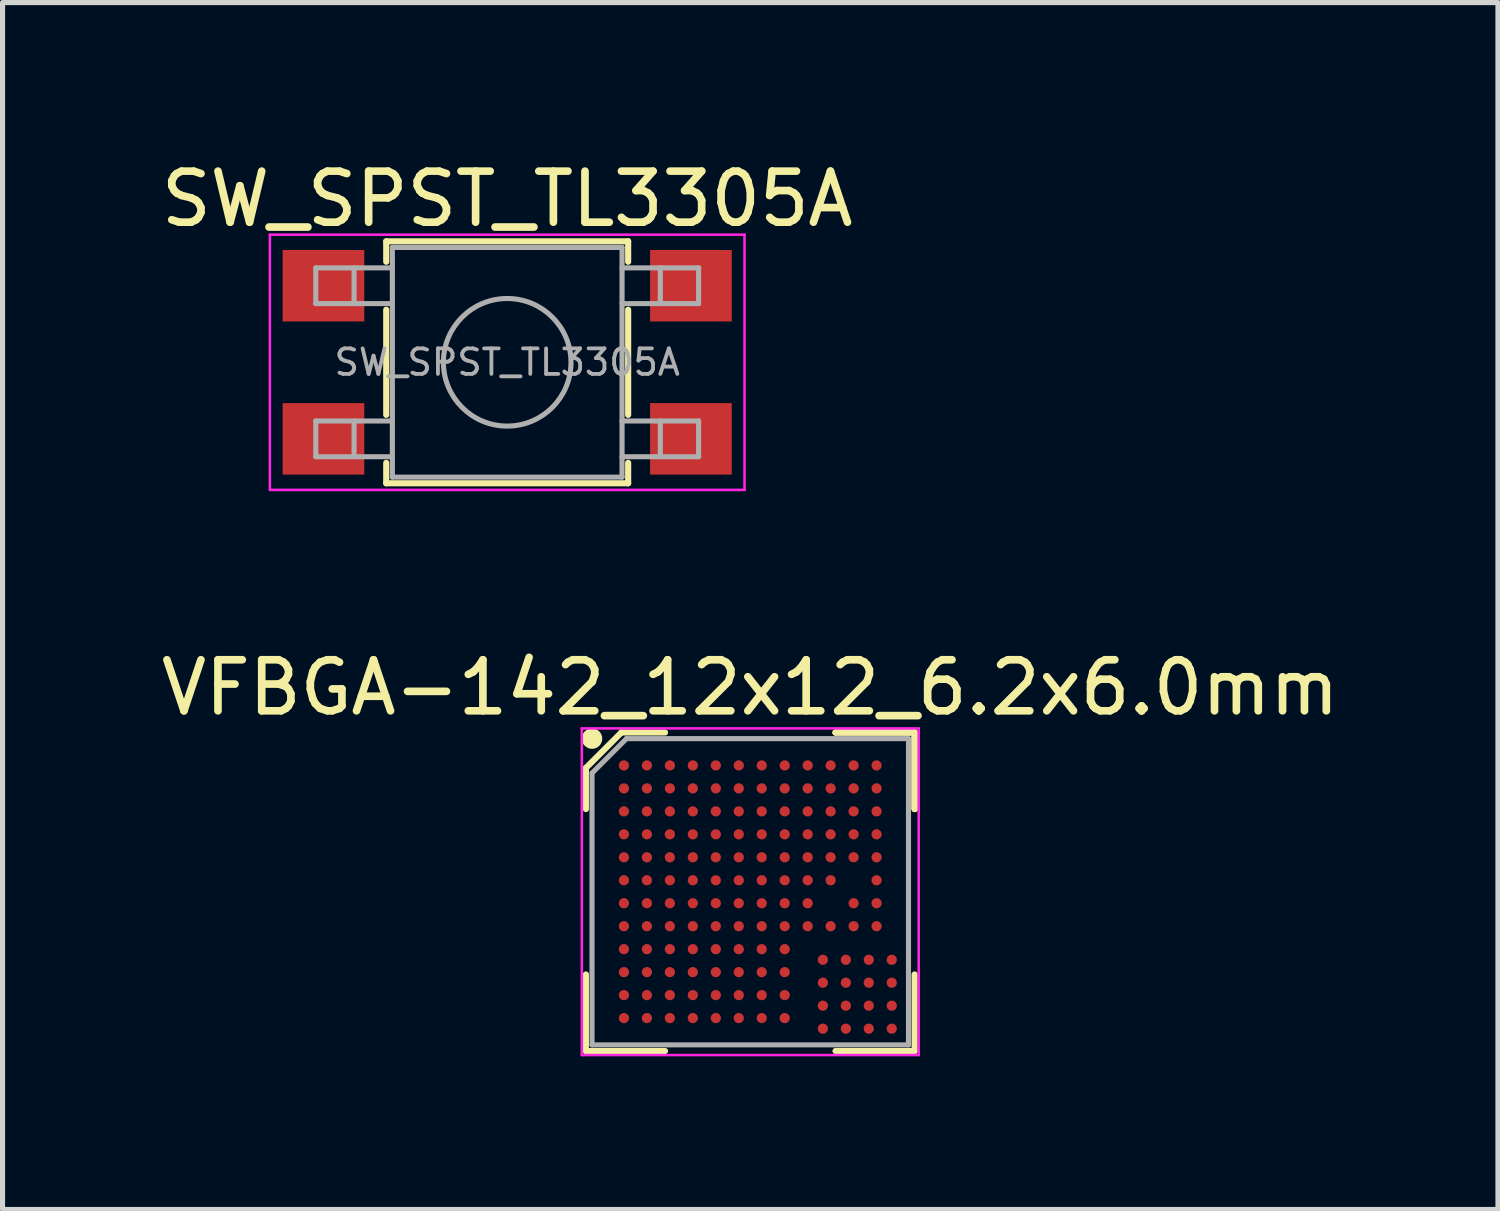
<source format=kicad_pcb>
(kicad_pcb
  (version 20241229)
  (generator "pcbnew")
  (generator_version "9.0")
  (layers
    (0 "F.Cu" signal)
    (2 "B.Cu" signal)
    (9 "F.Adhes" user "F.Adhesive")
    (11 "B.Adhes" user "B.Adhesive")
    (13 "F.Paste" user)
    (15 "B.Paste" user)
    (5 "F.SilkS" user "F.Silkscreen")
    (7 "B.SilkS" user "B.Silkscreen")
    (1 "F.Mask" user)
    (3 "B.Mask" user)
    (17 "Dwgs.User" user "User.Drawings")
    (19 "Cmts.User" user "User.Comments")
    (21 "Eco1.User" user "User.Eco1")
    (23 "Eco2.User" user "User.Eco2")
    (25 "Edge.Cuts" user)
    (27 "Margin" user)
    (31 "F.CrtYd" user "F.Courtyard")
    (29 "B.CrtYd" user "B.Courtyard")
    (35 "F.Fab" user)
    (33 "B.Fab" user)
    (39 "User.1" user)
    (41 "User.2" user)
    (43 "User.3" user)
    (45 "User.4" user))
  (footprint "SW_SPST_TL3305A"
    (layer "F.Cu")
    (at 6.887 4.048)
    (property "Reference" "SW_SPST_TL3305A" (at 0 -3.2 0) (layer "F.SilkS") (effects (font (size 1 1) (thickness 0.15))))
    (attr smd)
    (fp_line (start -2.37 -2.37) (end -2.37 -1.97) (stroke (width 0.12) (type solid)) (layer "F.SilkS"))
    (fp_line (start -2.37 -2.37) (end 2.37 -2.37) (stroke (width 0.12) (type solid)) (layer "F.SilkS"))
    (fp_line (start -2.37 1.03) (end -2.37 -1.03) (stroke (width 0.12) (type solid)) (layer "F.SilkS"))
    (fp_line (start -2.37 2.37) (end -2.37 1.97) (stroke (width 0.12) (type solid)) (layer "F.SilkS"))
    (fp_line (start -2.37 2.37) (end 2.37 2.37) (stroke (width 0.12) (type solid)) (layer "F.SilkS"))
    (fp_line (start 2.37 -2.37) (end 2.37 -1.97) (stroke (width 0.12) (type solid)) (layer "F.SilkS"))
    (fp_line (start 2.37 1.03) (end 2.37 -1.03) (stroke (width 0.12) (type solid)) (layer "F.SilkS"))
    (fp_line (start 2.37 2.37) (end 2.37 1.97) (stroke (width 0.12) (type solid)) (layer "F.SilkS"))
    (fp_line (start -4.65 -2.5) (end 4.65 -2.5) (stroke (width 0.05) (type solid)) (layer "F.CrtYd"))
    (fp_line (start -4.65 2.5) (end -4.65 -2.5) (stroke (width 0.05) (type solid)) (layer "F.CrtYd"))
    (fp_line (start 4.65 -2.5) (end 4.65 2.5) (stroke (width 0.05) (type solid)) (layer "F.CrtYd"))
    (fp_line (start 4.65 2.5) (end -4.65 2.5) (stroke (width 0.05) (type solid)) (layer "F.CrtYd"))
    (fp_line (start -3.75 -1.85) (end -3.75 -1.15) (stroke (width 0.1) (type solid)) (layer "F.Fab"))
    (fp_line (start -3.75 -1.15) (end -2.25 -1.15) (stroke (width 0.1) (type solid)) (layer "F.Fab"))
    (fp_line (start -3.75 1.15) (end -3.75 1.85) (stroke (width 0.1) (type solid)) (layer "F.Fab"))
    (fp_line (start -3.75 1.85) (end -2.25 1.85) (stroke (width 0.1) (type solid)) (layer "F.Fab"))
    (fp_line (start -3 -1.85) (end -3 -1.15) (stroke (width 0.1) (type solid)) (layer "F.Fab"))
    (fp_line (start -3 1.15) (end -3 1.85) (stroke (width 0.1) (type solid)) (layer "F.Fab"))
    (fp_line (start -2.25 -2.25) (end 2.25 -2.25) (stroke (width 0.1) (type solid)) (layer "F.Fab"))
    (fp_line (start -2.25 -1.85) (end -3.75 -1.85) (stroke (width 0.1) (type solid)) (layer "F.Fab"))
    (fp_line (start -2.25 1.15) (end -3.75 1.15) (stroke (width 0.1) (type solid)) (layer "F.Fab"))
    (fp_line (start -2.25 2.25) (end -2.25 -2.25) (stroke (width 0.1) (type solid)) (layer "F.Fab"))
    (fp_line (start 2.25 -2.25) (end 2.25 2.25) (stroke (width 0.1) (type solid)) (layer "F.Fab"))
    (fp_line (start 2.25 -1.15) (end 3.75 -1.15) (stroke (width 0.1) (type solid)) (layer "F.Fab"))
    (fp_line (start 2.25 1.15) (end 3.75 1.15) (stroke (width 0.1) (type solid)) (layer "F.Fab"))
    (fp_line (start 2.25 2.25) (end -2.25 2.25) (stroke (width 0.1) (type solid)) (layer "F.Fab"))
    (fp_line (start 3 -1.85) (end 3 -1.15) (stroke (width 0.1) (type solid)) (layer "F.Fab"))
    (fp_line (start 3 1.15) (end 3 1.85) (stroke (width 0.1) (type solid)) (layer "F.Fab"))
    (fp_line (start 3.75 -1.85) (end 2.25 -1.85) (stroke (width 0.1) (type solid)) (layer "F.Fab"))
    (fp_line (start 3.75 -1.15) (end 3.75 -1.85) (stroke (width 0.1) (type solid)) (layer "F.Fab"))
    (fp_line (start 3.75 1.15) (end 3.75 1.85) (stroke (width 0.1) (type solid)) (layer "F.Fab"))
    (fp_line (start 3.75 1.85) (end 2.25 1.85) (stroke (width 0.1) (type solid)) (layer "F.Fab"))
    (fp_circle (center 0 0) (end 1.25 0) (stroke (width 0.1) (type solid)) (fill no) (layer "F.Fab"))
    (fp_text user "${REFERENCE}" (at 0 0 0) (layer "F.Fab") (effects (font (size 0.5 0.5) (thickness 0.075))))
    (pad "1" smd rect (at -3.6 -1.5) (size 1.6 1.4) (layers "F.Cu" "F.Mask" "F.Paste"))
    (pad "1" smd rect (at 3.6 -1.5) (size 1.6 1.4) (layers "F.Cu" "F.Mask" "F.Paste"))
    (pad "2" smd rect (at -3.6 1.5) (size 1.6 1.4) (layers "F.Cu" "F.Mask" "F.Paste"))
    (pad "2" smd rect (at 3.6 1.5) (size 1.6 1.4) (layers "F.Cu" "F.Mask" "F.Paste")))
  (footprint "VFBGA-142_12x12_6.2x6.0mm"
    (layer "F.Cu")
    (at 11.649 14.421)
    (property "Reference" "VFBGA-142_12x12_6.2x6.0mm" (at 0 -4 0) (layer "F.SilkS") (effects (font (size 1 1) (thickness 0.15))))
    (attr smd)
    (fp_line (start -3.22 -2.425) (end -3.22 -1.62) (stroke (width 0.12) (type solid)) (layer "F.SilkS"))
    (fp_line (start -3.22 3.12) (end -3.22 1.62) (stroke (width 0.12) (type solid)) (layer "F.SilkS"))
    (fp_line (start -2.525 -3.12) (end -3.22 -2.425) (stroke (width 0.12) (type solid)) (layer "F.SilkS"))
    (fp_line (start -1.67 -3.12) (end -2.525 -3.12) (stroke (width 0.12) (type solid)) (layer "F.SilkS"))
    (fp_line (start -1.67 3.12) (end -3.22 3.12) (stroke (width 0.12) (type solid)) (layer "F.SilkS"))
    (fp_line (start 1.67 -3.12) (end 3.22 -3.12) (stroke (width 0.12) (type solid)) (layer "F.SilkS"))
    (fp_line (start 1.67 -3.12) (end 3.22 -3.12) (stroke (width 0.12) (type solid)) (layer "F.SilkS"))
    (fp_line (start 1.67 -3.12) (end 3.22 -3.12) (stroke (width 0.12) (type solid)) (layer "F.SilkS"))
    (fp_line (start 1.67 3.12) (end 3.22 3.12) (stroke (width 0.12) (type solid)) (layer "F.SilkS"))
    (fp_line (start 3.22 -3.12) (end 3.22 -1.62) (stroke (width 0.12) (type solid)) (layer "F.SilkS"))
    (fp_line (start 3.22 -3.12) (end 3.22 -1.62) (stroke (width 0.12) (type solid)) (layer "F.SilkS"))
    (fp_line (start 3.22 -3.12) (end 3.22 -1.62) (stroke (width 0.12) (type solid)) (layer "F.SilkS"))
    (fp_line (start 3.22 3.12) (end 3.22 1.62) (stroke (width 0.12) (type solid)) (layer "F.SilkS"))
    (fp_circle (center -3.1 -3) (end -3.1 -2.9) (stroke (width 0.2) (type solid)) (fill no) (layer "F.SilkS"))
    (fp_line (start -3.3 -3.2) (end 3.3 -3.2) (stroke (width 0.05) (type solid)) (layer "F.CrtYd"))
    (fp_line (start -3.3 3.2) (end -3.3 -3.2) (stroke (width 0.05) (type solid)) (layer "F.CrtYd"))
    (fp_line (start 3.3 -3.2) (end 3.3 3.2) (stroke (width 0.05) (type solid)) (layer "F.CrtYd"))
    (fp_line (start 3.3 3.2) (end -3.3 3.2) (stroke (width 0.05) (type solid)) (layer "F.CrtYd"))
    (fp_line (start -3.1 -2.325) (end -3.1 3) (stroke (width 0.1) (type solid)) (layer "F.Fab"))
    (fp_line (start -3.1 3) (end 3.1 3) (stroke (width 0.1) (type solid)) (layer "F.Fab"))
    (fp_line (start -2.425 -3) (end -3.1 -2.325) (stroke (width 0.1) (type solid)) (layer "F.Fab"))
    (fp_line (start 3.1 -3) (end -2.425 -3) (stroke (width 0.1) (type solid)) (layer "F.Fab"))
    (fp_line (start 3.1 3) (end 3.1 -3) (stroke (width 0.1) (type solid)) (layer "F.Fab"))
    (pad "A1" smd circle (at -2.475 2.475) (size 0.2 0.2) (layers "F.Cu" "F.Mask" "F.Paste"))
    (pad "A2" smd circle (at -2.025 2.475) (size 0.2 0.2) (layers "F.Cu" "F.Mask" "F.Paste"))
    (pad "A3" smd circle (at -1.575 2.475) (size 0.2 0.2) (layers "F.Cu" "F.Mask" "F.Paste"))
    (pad "A4" smd circle (at -1.125 2.475) (size 0.2 0.2) (layers "F.Cu" "F.Mask" "F.Paste"))
    (pad "A5" smd circle (at -0.675 2.475) (size 0.2 0.2) (layers "F.Cu" "F.Mask" "F.Paste"))
    (pad "A6" smd circle (at -0.225 2.475) (size 0.2 0.2) (layers "F.Cu" "F.Mask" "F.Paste"))
    (pad "A7" smd circle (at 0.225 2.475) (size 0.2 0.2) (layers "F.Cu" "F.Mask" "F.Paste"))
    (pad "A8" smd circle (at 0.675 2.475) (size 0.2 0.2) (layers "F.Cu" "F.Mask" "F.Paste"))
    (pad "A9" smd circle (at 1.423 2.683) (size 0.2 0.2) (layers "F.Cu" "F.Mask" "F.Paste"))
    (pad "A10" smd circle (at 1.873 2.683) (size 0.2 0.2) (layers "F.Cu" "F.Mask" "F.Paste"))
    (pad "A11" smd circle (at 2.322 2.683) (size 0.2 0.2) (layers "F.Cu" "F.Mask" "F.Paste"))
    (pad "A12" smd circle (at 2.772 2.683) (size 0.2 0.2) (layers "F.Cu" "F.Mask" "F.Paste"))
    (pad "B1" smd circle (at -2.475 2.025) (size 0.2 0.2) (layers "F.Cu" "F.Mask" "F.Paste"))
    (pad "B2" smd circle (at -2.025 2.025) (size 0.2 0.2) (layers "F.Cu" "F.Mask" "F.Paste"))
    (pad "B3" smd circle (at -1.575 2.025) (size 0.2 0.2) (layers "F.Cu" "F.Mask" "F.Paste"))
    (pad "B4" smd circle (at -1.125 2.025) (size 0.2 0.2) (layers "F.Cu" "F.Mask" "F.Paste"))
    (pad "B5" smd circle (at -0.675 2.025) (size 0.2 0.2) (layers "F.Cu" "F.Mask" "F.Paste"))
    (pad "B6" smd circle (at -0.225 2.025) (size 0.2 0.2) (layers "F.Cu" "F.Mask" "F.Paste"))
    (pad "B7" smd circle (at 0.225 2.025) (size 0.2 0.2) (layers "F.Cu" "F.Mask" "F.Paste"))
    (pad "B8" smd circle (at 0.675 2.025) (size 0.2 0.2) (layers "F.Cu" "F.Mask" "F.Paste"))
    (pad "B9" smd circle (at 1.423 2.232) (size 0.2 0.2) (layers "F.Cu" "F.Mask" "F.Paste"))
    (pad "B10" smd circle (at 1.873 2.232) (size 0.2 0.2) (layers "F.Cu" "F.Mask" "F.Paste"))
    (pad "B11" smd circle (at 2.322 2.232) (size 0.2 0.2) (layers "F.Cu" "F.Mask" "F.Paste"))
    (pad "B12" smd circle (at 2.772 2.232) (size 0.2 0.2) (layers "F.Cu" "F.Mask" "F.Paste"))
    (pad "C1" smd circle (at -2.475 1.575) (size 0.2 0.2) (layers "F.Cu" "F.Mask" "F.Paste"))
    (pad "C2" smd circle (at -2.025 1.575) (size 0.2 0.2) (layers "F.Cu" "F.Mask" "F.Paste"))
    (pad "C3" smd circle (at -1.575 1.575) (size 0.2 0.2) (layers "F.Cu" "F.Mask" "F.Paste"))
    (pad "C4" smd circle (at -1.125 1.575) (size 0.2 0.2) (layers "F.Cu" "F.Mask" "F.Paste"))
    (pad "C5" smd circle (at -0.675 1.575) (size 0.2 0.2) (layers "F.Cu" "F.Mask" "F.Paste"))
    (pad "C6" smd circle (at -0.225 1.575) (size 0.2 0.2) (layers "F.Cu" "F.Mask" "F.Paste"))
    (pad "C7" smd circle (at 0.225 1.575) (size 0.2 0.2) (layers "F.Cu" "F.Mask" "F.Paste"))
    (pad "C8" smd circle (at 0.675 1.575) (size 0.2 0.2) (layers "F.Cu" "F.Mask" "F.Paste"))
    (pad "C9" smd circle (at 1.423 1.782) (size 0.2 0.2) (layers "F.Cu" "F.Mask" "F.Paste"))
    (pad "C10" smd circle (at 1.873 1.782) (size 0.2 0.2) (layers "F.Cu" "F.Mask" "F.Paste"))
    (pad "C11" smd circle (at 2.322 1.782) (size 0.2 0.2) (layers "F.Cu" "F.Mask" "F.Paste"))
    (pad "C12" smd circle (at 2.772 1.782) (size 0.2 0.2) (layers "F.Cu" "F.Mask" "F.Paste"))
    (pad "D1" smd circle (at -2.475 1.125) (size 0.2 0.2) (layers "F.Cu" "F.Mask" "F.Paste"))
    (pad "D2" smd circle (at -2.025 1.125) (size 0.2 0.2) (layers "F.Cu" "F.Mask" "F.Paste"))
    (pad "D3" smd circle (at -1.575 1.125) (size 0.2 0.2) (layers "F.Cu" "F.Mask" "F.Paste"))
    (pad "D4" smd circle (at -1.125 1.125) (size 0.2 0.2) (layers "F.Cu" "F.Mask" "F.Paste"))
    (pad "D5" smd circle (at -0.675 1.125) (size 0.2 0.2) (layers "F.Cu" "F.Mask" "F.Paste"))
    (pad "D6" smd circle (at -0.225 1.125) (size 0.2 0.2) (layers "F.Cu" "F.Mask" "F.Paste"))
    (pad "D7" smd circle (at 0.225 1.125) (size 0.2 0.2) (layers "F.Cu" "F.Mask" "F.Paste"))
    (pad "D8" smd circle (at 0.675 1.125) (size 0.2 0.2) (layers "F.Cu" "F.Mask" "F.Paste"))
    (pad "D9" smd circle (at 1.423 1.333) (size 0.2 0.2) (layers "F.Cu" "F.Mask" "F.Paste"))
    (pad "D10" smd circle (at 1.873 1.333) (size 0.2 0.2) (layers "F.Cu" "F.Mask" "F.Paste"))
    (pad "D11" smd circle (at 2.322 1.333) (size 0.2 0.2) (layers "F.Cu" "F.Mask" "F.Paste"))
    (pad "D12" smd circle (at 2.772 1.333) (size 0.2 0.2) (layers "F.Cu" "F.Mask" "F.Paste"))
    (pad "E1" smd circle (at -2.475 0.675) (size 0.2 0.2) (layers "F.Cu" "F.Mask" "F.Paste"))
    (pad "E2" smd circle (at -2.025 0.675) (size 0.2 0.2) (layers "F.Cu" "F.Mask" "F.Paste"))
    (pad "E3" smd circle (at -1.575 0.675) (size 0.2 0.2) (layers "F.Cu" "F.Mask" "F.Paste"))
    (pad "E4" smd circle (at -1.125 0.675) (size 0.2 0.2) (layers "F.Cu" "F.Mask" "F.Paste"))
    (pad "E5" smd circle (at -0.675 0.675) (size 0.2 0.2) (layers "F.Cu" "F.Mask" "F.Paste"))
    (pad "E6" smd circle (at -0.225 0.675) (size 0.2 0.2) (layers "F.Cu" "F.Mask" "F.Paste"))
    (pad "E7" smd circle (at 0.225 0.675) (size 0.2 0.2) (layers "F.Cu" "F.Mask" "F.Paste"))
    (pad "E8" smd circle (at 0.675 0.675) (size 0.2 0.2) (layers "F.Cu" "F.Mask" "F.Paste"))
    (pad "E9" smd circle (at 1.125 0.675) (size 0.2 0.2) (layers "F.Cu" "F.Mask" "F.Paste"))
    (pad "E10" smd circle (at 1.575 0.675) (size 0.2 0.2) (layers "F.Cu" "F.Mask" "F.Paste"))
    (pad "E11" smd circle (at 2.025 0.675) (size 0.2 0.2) (layers "F.Cu" "F.Mask" "F.Paste"))
    (pad "E12" smd circle (at 2.475 0.675) (size 0.2 0.2) (layers "F.Cu" "F.Mask" "F.Paste"))
    (pad "F1" smd circle (at -2.475 0.225) (size 0.2 0.2) (layers "F.Cu" "F.Mask" "F.Paste"))
    (pad "F2" smd circle (at -2.025 0.225) (size 0.2 0.2) (layers "F.Cu" "F.Mask" "F.Paste"))
    (pad "F3" smd circle (at -1.575 0.225) (size 0.2 0.2) (layers "F.Cu" "F.Mask" "F.Paste"))
    (pad "F4" smd circle (at -1.125 0.225) (size 0.2 0.2) (layers "F.Cu" "F.Mask" "F.Paste"))
    (pad "F5" smd circle (at -0.675 0.225) (size 0.2 0.2) (layers "F.Cu" "F.Mask" "F.Paste"))
    (pad "F6" smd circle (at -0.225 0.225) (size 0.2 0.2) (layers "F.Cu" "F.Mask" "F.Paste"))
    (pad "F7" smd circle (at 0.225 0.225) (size 0.2 0.2) (layers "F.Cu" "F.Mask" "F.Paste"))
    (pad "F8" smd circle (at 0.675 0.225) (size 0.2 0.2) (layers "F.Cu" "F.Mask" "F.Paste"))
    (pad "F9" smd circle (at 1.125 0.225) (size 0.2 0.2) (layers "F.Cu" "F.Mask" "F.Paste"))
    (pad "F11" smd circle (at 2.025 0.225) (size 0.2 0.2) (layers "F.Cu" "F.Mask" "F.Paste"))
    (pad "F12" smd circle (at 2.475 0.225) (size 0.2 0.2) (layers "F.Cu" "F.Mask" "F.Paste"))
    (pad "G1" smd circle (at -2.475 -0.225) (size 0.2 0.2) (layers "F.Cu" "F.Mask" "F.Paste"))
    (pad "G2" smd circle (at -2.025 -0.225) (size 0.2 0.2) (layers "F.Cu" "F.Mask" "F.Paste"))
    (pad "G3" smd circle (at -1.575 -0.225) (size 0.2 0.2) (layers "F.Cu" "F.Mask" "F.Paste"))
    (pad "G4" smd circle (at -1.125 -0.225) (size 0.2 0.2) (layers "F.Cu" "F.Mask" "F.Paste"))
    (pad "G5" smd circle (at -0.675 -0.225) (size 0.2 0.2) (layers "F.Cu" "F.Mask" "F.Paste"))
    (pad "G6" smd circle (at -0.225 -0.225) (size 0.2 0.2) (layers "F.Cu" "F.Mask" "F.Paste"))
    (pad "G7" smd circle (at 0.225 -0.225) (size 0.2 0.2) (layers "F.Cu" "F.Mask" "F.Paste"))
    (pad "G8" smd circle (at 0.675 -0.225) (size 0.2 0.2) (layers "F.Cu" "F.Mask" "F.Paste"))
    (pad "G9" smd circle (at 1.125 -0.225) (size 0.2 0.2) (layers "F.Cu" "F.Mask" "F.Paste"))
    (pad "G10" smd circle (at 1.575 -0.225) (size 0.2 0.2) (layers "F.Cu" "F.Mask" "F.Paste"))
    (pad "G12" smd circle (at 2.475 -0.225) (size 0.2 0.2) (layers "F.Cu" "F.Mask" "F.Paste"))
    (pad "H1" smd circle (at -2.475 -0.675) (size 0.2 0.2) (layers "F.Cu" "F.Mask" "F.Paste"))
    (pad "H2" smd circle (at -2.025 -0.675) (size 0.2 0.2) (layers "F.Cu" "F.Mask" "F.Paste"))
    (pad "H3" smd circle (at -1.575 -0.675) (size 0.2 0.2) (layers "F.Cu" "F.Mask" "F.Paste"))
    (pad "H4" smd circle (at -1.125 -0.675) (size 0.2 0.2) (layers "F.Cu" "F.Mask" "F.Paste"))
    (pad "H5" smd circle (at -0.675 -0.675) (size 0.2 0.2) (layers "F.Cu" "F.Mask" "F.Paste"))
    (pad "H6" smd circle (at -0.225 -0.675) (size 0.2 0.2) (layers "F.Cu" "F.Mask" "F.Paste"))
    (pad "H7" smd circle (at 0.225 -0.675) (size 0.2 0.2) (layers "F.Cu" "F.Mask" "F.Paste"))
    (pad "H8" smd circle (at 0.675 -0.675) (size 0.2 0.2) (layers "F.Cu" "F.Mask" "F.Paste"))
    (pad "H9" smd circle (at 1.125 -0.675) (size 0.2 0.2) (layers "F.Cu" "F.Mask" "F.Paste"))
    (pad "H10" smd circle (at 1.575 -0.675) (size 0.2 0.2) (layers "F.Cu" "F.Mask" "F.Paste"))
    (pad "H11" smd circle (at 2.025 -0.675) (size 0.2 0.2) (layers "F.Cu" "F.Mask" "F.Paste"))
    (pad "H12" smd circle (at 2.475 -0.675) (size 0.2 0.2) (layers "F.Cu" "F.Mask" "F.Paste"))
    (pad "J1" smd circle (at -2.475 -1.125) (size 0.2 0.2) (layers "F.Cu" "F.Mask" "F.Paste"))
    (pad "J2" smd circle (at -2.025 -1.125) (size 0.2 0.2) (layers "F.Cu" "F.Mask" "F.Paste"))
    (pad "J3" smd circle (at -1.575 -1.125) (size 0.2 0.2) (layers "F.Cu" "F.Mask" "F.Paste"))
    (pad "J4" smd circle (at -1.125 -1.125) (size 0.2 0.2) (layers "F.Cu" "F.Mask" "F.Paste"))
    (pad "J5" smd circle (at -0.675 -1.125) (size 0.2 0.2) (layers "F.Cu" "F.Mask" "F.Paste"))
    (pad "J6" smd circle (at -0.225 -1.125) (size 0.2 0.2) (layers "F.Cu" "F.Mask" "F.Paste"))
    (pad "J7" smd circle (at 0.225 -1.125) (size 0.2 0.2) (layers "F.Cu" "F.Mask" "F.Paste"))
    (pad "J8" smd circle (at 0.675 -1.125) (size 0.2 0.2) (layers "F.Cu" "F.Mask" "F.Paste"))
    (pad "J9" smd circle (at 1.125 -1.125) (size 0.2 0.2) (layers "F.Cu" "F.Mask" "F.Paste"))
    (pad "J10" smd circle (at 1.575 -1.125) (size 0.2 0.2) (layers "F.Cu" "F.Mask" "F.Paste"))
    (pad "J11" smd circle (at 2.025 -1.125) (size 0.2 0.2) (layers "F.Cu" "F.Mask" "F.Paste"))
    (pad "J12" smd circle (at 2.475 -1.125) (size 0.2 0.2) (layers "F.Cu" "F.Mask" "F.Paste"))
    (pad "K1" smd circle (at -2.475 -1.575) (size 0.2 0.2) (layers "F.Cu" "F.Mask" "F.Paste"))
    (pad "K2" smd circle (at -2.025 -1.575) (size 0.2 0.2) (layers "F.Cu" "F.Mask" "F.Paste"))
    (pad "K3" smd circle (at -1.575 -1.575) (size 0.2 0.2) (layers "F.Cu" "F.Mask" "F.Paste"))
    (pad "K4" smd circle (at -1.125 -1.575) (size 0.2 0.2) (layers "F.Cu" "F.Mask" "F.Paste"))
    (pad "K5" smd circle (at -0.675 -1.575) (size 0.2 0.2) (layers "F.Cu" "F.Mask" "F.Paste"))
    (pad "K6" smd circle (at -0.225 -1.575) (size 0.2 0.2) (layers "F.Cu" "F.Mask" "F.Paste"))
    (pad "K7" smd circle (at 0.225 -1.575) (size 0.2 0.2) (layers "F.Cu" "F.Mask" "F.Paste"))
    (pad "K8" smd circle (at 0.675 -1.575) (size 0.2 0.2) (layers "F.Cu" "F.Mask" "F.Paste"))
    (pad "K9" smd circle (at 1.125 -1.575) (size 0.2 0.2) (layers "F.Cu" "F.Mask" "F.Paste"))
    (pad "K10" smd circle (at 1.575 -1.575) (size 0.2 0.2) (layers "F.Cu" "F.Mask" "F.Paste"))
    (pad "K11" smd circle (at 2.025 -1.575) (size 0.2 0.2) (layers "F.Cu" "F.Mask" "F.Paste"))
    (pad "K12" smd circle (at 2.475 -1.575) (size 0.2 0.2) (layers "F.Cu" "F.Mask" "F.Paste"))
    (pad "L1" smd circle (at -2.475 -2.025) (size 0.2 0.2) (layers "F.Cu" "F.Mask" "F.Paste"))
    (pad "L2" smd circle (at -2.025 -2.025) (size 0.2 0.2) (layers "F.Cu" "F.Mask" "F.Paste"))
    (pad "L3" smd circle (at -1.575 -2.025) (size 0.2 0.2) (layers "F.Cu" "F.Mask" "F.Paste"))
    (pad "L4" smd circle (at -1.125 -2.025) (size 0.2 0.2) (layers "F.Cu" "F.Mask" "F.Paste"))
    (pad "L5" smd circle (at -0.675 -2.025) (size 0.2 0.2) (layers "F.Cu" "F.Mask" "F.Paste"))
    (pad "L6" smd circle (at -0.225 -2.025) (size 0.2 0.2) (layers "F.Cu" "F.Mask" "F.Paste"))
    (pad "L7" smd circle (at 0.225 -2.025) (size 0.2 0.2) (layers "F.Cu" "F.Mask" "F.Paste"))
    (pad "L8" smd circle (at 0.675 -2.025) (size 0.2 0.2) (layers "F.Cu" "F.Mask" "F.Paste"))
    (pad "L9" smd circle (at 1.125 -2.025) (size 0.2 0.2) (layers "F.Cu" "F.Mask" "F.Paste"))
    (pad "L10" smd circle (at 1.575 -2.025) (size 0.2 0.2) (layers "F.Cu" "F.Mask" "F.Paste"))
    (pad "L11" smd circle (at 2.025 -2.025) (size 0.2 0.2) (layers "F.Cu" "F.Mask" "F.Paste"))
    (pad "L12" smd circle (at 2.475 -2.025) (size 0.2 0.2) (layers "F.Cu" "F.Mask" "F.Paste"))
    (pad "M1" smd circle (at -2.475 -2.475) (size 0.2 0.2) (layers "F.Cu" "F.Mask" "F.Paste"))
    (pad "M2" smd circle (at -2.025 -2.475) (size 0.2 0.2) (layers "F.Cu" "F.Mask" "F.Paste"))
    (pad "M3" smd circle (at -1.575 -2.475) (size 0.2 0.2) (layers "F.Cu" "F.Mask" "F.Paste"))
    (pad "M4" smd circle (at -1.125 -2.475) (size 0.2 0.2) (layers "F.Cu" "F.Mask" "F.Paste"))
    (pad "M5" smd circle (at -0.675 -2.475) (size 0.2 0.2) (layers "F.Cu" "F.Mask" "F.Paste"))
    (pad "M6" smd circle (at -0.225 -2.475) (size 0.2 0.2) (layers "F.Cu" "F.Mask" "F.Paste"))
    (pad "M7" smd circle (at 0.225 -2.475) (size 0.2 0.2) (layers "F.Cu" "F.Mask" "F.Paste"))
    (pad "M8" smd circle (at 0.675 -2.475) (size 0.2 0.2) (layers "F.Cu" "F.Mask" "F.Paste"))
    (pad "M9" smd circle (at 1.125 -2.475) (size 0.2 0.2) (layers "F.Cu" "F.Mask" "F.Paste"))
    (pad "M10" smd circle (at 1.575 -2.475) (size 0.2 0.2) (layers "F.Cu" "F.Mask" "F.Paste"))
    (pad "M11" smd circle (at 2.025 -2.475) (size 0.2 0.2) (layers "F.Cu" "F.Mask" "F.Paste"))
    (pad "M12" smd circle (at 2.475 -2.475) (size 0.2 0.2) (layers "F.Cu" "F.Mask" "F.Paste")))
  (gr_rect
    (start -3 -3)
    (end 26.298 20.646)
    (stroke (width 0.1) (type default))
    (fill no)
    (layer "Edge.Cuts")))
</source>
